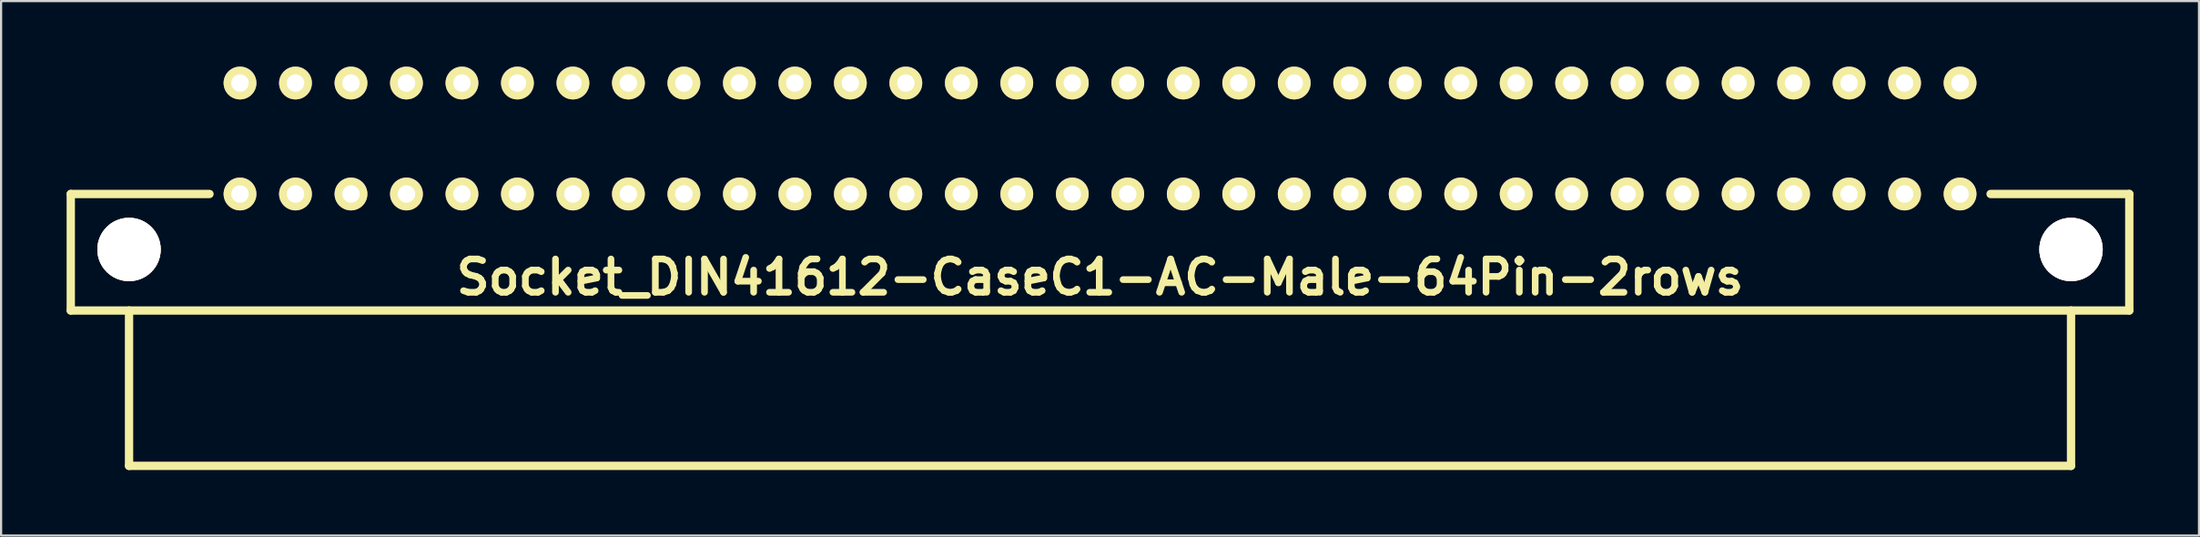
<source format=kicad_pcb>
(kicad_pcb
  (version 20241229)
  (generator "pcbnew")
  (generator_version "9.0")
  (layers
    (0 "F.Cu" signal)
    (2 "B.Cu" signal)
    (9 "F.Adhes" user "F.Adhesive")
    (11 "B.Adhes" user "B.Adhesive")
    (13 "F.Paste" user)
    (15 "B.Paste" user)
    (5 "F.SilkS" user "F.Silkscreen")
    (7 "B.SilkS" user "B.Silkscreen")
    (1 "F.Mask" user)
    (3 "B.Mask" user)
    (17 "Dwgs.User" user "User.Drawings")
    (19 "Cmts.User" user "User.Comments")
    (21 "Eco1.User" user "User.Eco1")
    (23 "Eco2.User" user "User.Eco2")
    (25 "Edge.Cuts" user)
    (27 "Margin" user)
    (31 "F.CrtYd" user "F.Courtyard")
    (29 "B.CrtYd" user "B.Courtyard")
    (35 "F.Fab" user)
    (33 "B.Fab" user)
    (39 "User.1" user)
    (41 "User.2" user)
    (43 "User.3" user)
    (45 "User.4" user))
  (footprint "Socket_DIN41612-CaseC1-AC-Male-64Pin-2rows"
    (layer "F.Cu")
    (at 47.307 3.291)
    (property "Reference" "Socket_DIN41612-CaseC1-AC-Male-64Pin-2rows" (at 0 6.35 0) (layer "F.SilkS") (effects (font (size 1.524 1.524) (thickness 0.305))))
    (attr through_hole)
    (fp_line (start -47.117 2.54) (end -40.767 2.54) (stroke (width 0.381) (type solid)) (layer "F.SilkS"))
    (fp_line (start -47.117 7.874) (end -47.117 2.54) (stroke (width 0.381) (type solid)) (layer "F.SilkS"))
    (fp_line (start -44.45 14.986) (end -44.45 7.874) (stroke (width 0.381) (type solid)) (layer "F.SilkS"))
    (fp_line (start 44.45 7.874) (end 44.45 14.986) (stroke (width 0.381) (type solid)) (layer "F.SilkS"))
    (fp_line (start 44.45 14.986) (end -44.45 14.986) (stroke (width 0.381) (type solid)) (layer "F.SilkS"))
    (fp_line (start 47.117 2.54) (end 40.767 2.54) (stroke (width 0.381) (type solid)) (layer "F.SilkS"))
    (fp_line (start 47.117 2.54) (end 47.117 7.874) (stroke (width 0.381) (type solid)) (layer "F.SilkS"))
    (fp_line (start 47.117 7.874) (end -47.117 7.874) (stroke (width 0.381) (type solid)) (layer "F.SilkS"))
    (pad "1" thru_hole circle (at -44.45 5.08) (size 2.901 2.901) (drill 2.901) (layers "*.Cu" "*.Mask" "F.SilkS"))
    (pad "1" thru_hole circle (at 44.45 5.08) (size 2.901 2.901) (drill 2.901) (layers "*.Cu" "*.Mask" "F.SilkS"))
    (pad "1a" thru_hole circle (at 39.37 -2.54 180) (size 1.501 1.501) (drill 0.8) (layers "*.Cu" "*.Mask" "F.SilkS"))
    (pad "1c" thru_hole circle (at 39.37 2.54 180) (size 1.501 1.501) (drill 0.8) (layers "*.Cu" "*.Mask" "F.SilkS"))
    (pad "2a" thru_hole circle (at 36.83 -2.54 180) (size 1.501 1.501) (drill 0.8) (layers "*.Cu" "*.Mask" "F.SilkS"))
    (pad "2c" thru_hole circle (at 36.83 2.54 180) (size 1.501 1.501) (drill 0.8) (layers "*.Cu" "*.Mask" "F.SilkS"))
    (pad "3a" thru_hole circle (at 34.29 -2.54 180) (size 1.501 1.501) (drill 0.8) (layers "*.Cu" "*.Mask" "F.SilkS"))
    (pad "3c" thru_hole circle (at 34.29 2.54 180) (size 1.501 1.501) (drill 0.8) (layers "*.Cu" "*.Mask" "F.SilkS"))
    (pad "4a" thru_hole circle (at 31.75 -2.54 180) (size 1.501 1.501) (drill 0.8) (layers "*.Cu" "*.Mask" "F.SilkS"))
    (pad "4c" thru_hole circle (at 31.75 2.54 180) (size 1.501 1.501) (drill 0.8) (layers "*.Cu" "*.Mask" "F.SilkS"))
    (pad "5a" thru_hole circle (at 29.21 -2.54 180) (size 1.501 1.501) (drill 0.8) (layers "*.Cu" "*.Mask" "F.SilkS"))
    (pad "5c" thru_hole circle (at 29.21 2.54 180) (size 1.501 1.501) (drill 0.8) (layers "*.Cu" "*.Mask" "F.SilkS"))
    (pad "6a" thru_hole circle (at 26.67 -2.54 180) (size 1.501 1.501) (drill 0.8) (layers "*.Cu" "*.Mask" "F.SilkS"))
    (pad "6c" thru_hole circle (at 26.67 2.54 180) (size 1.501 1.501) (drill 0.8) (layers "*.Cu" "*.Mask" "F.SilkS"))
    (pad "7a" thru_hole circle (at 24.13 -2.54 180) (size 1.501 1.501) (drill 0.8) (layers "*.Cu" "*.Mask" "F.SilkS"))
    (pad "7c" thru_hole circle (at 24.13 2.54 180) (size 1.501 1.501) (drill 0.8) (layers "*.Cu" "*.Mask" "F.SilkS"))
    (pad "8a" thru_hole circle (at 21.59 -2.54 180) (size 1.501 1.501) (drill 0.8) (layers "*.Cu" "*.Mask" "F.SilkS"))
    (pad "8c" thru_hole circle (at 21.59 2.54 180) (size 1.501 1.501) (drill 0.8) (layers "*.Cu" "*.Mask" "F.SilkS"))
    (pad "9a" thru_hole circle (at 19.05 -2.54 180) (size 1.501 1.501) (drill 0.8) (layers "*.Cu" "*.Mask" "F.SilkS"))
    (pad "9c" thru_hole circle (at 19.05 2.54 180) (size 1.501 1.501) (drill 0.8) (layers "*.Cu" "*.Mask" "F.SilkS"))
    (pad "10a" thru_hole circle (at 16.51 -2.54 180) (size 1.501 1.501) (drill 0.8) (layers "*.Cu" "*.Mask" "F.SilkS"))
    (pad "10c" thru_hole circle (at 16.51 2.54 180) (size 1.501 1.501) (drill 0.8) (layers "*.Cu" "*.Mask" "F.SilkS"))
    (pad "11a" thru_hole circle (at 13.97 -2.54 180) (size 1.501 1.501) (drill 0.8) (layers "*.Cu" "*.Mask" "F.SilkS"))
    (pad "11c" thru_hole circle (at 13.97 2.54 180) (size 1.501 1.501) (drill 0.8) (layers "*.Cu" "*.Mask" "F.SilkS"))
    (pad "12a" thru_hole circle (at 11.43 -2.54 180) (size 1.501 1.501) (drill 0.8) (layers "*.Cu" "*.Mask" "F.SilkS"))
    (pad "12c" thru_hole circle (at 11.43 2.54 180) (size 1.501 1.501) (drill 0.8) (layers "*.Cu" "*.Mask" "F.SilkS"))
    (pad "13a" thru_hole circle (at 8.89 -2.54 180) (size 1.501 1.501) (drill 0.8) (layers "*.Cu" "*.Mask" "F.SilkS"))
    (pad "13c" thru_hole circle (at 8.89 2.54 180) (size 1.501 1.501) (drill 0.8) (layers "*.Cu" "*.Mask" "F.SilkS"))
    (pad "14a" thru_hole circle (at 6.35 -2.54 180) (size 1.501 1.501) (drill 0.8) (layers "*.Cu" "*.Mask" "F.SilkS"))
    (pad "14c" thru_hole circle (at 6.35 2.54 180) (size 1.501 1.501) (drill 0.8) (layers "*.Cu" "*.Mask" "F.SilkS"))
    (pad "15a" thru_hole circle (at 3.81 -2.54 180) (size 1.501 1.501) (drill 0.8) (layers "*.Cu" "*.Mask" "F.SilkS"))
    (pad "15c" thru_hole circle (at 3.81 2.54 180) (size 1.501 1.501) (drill 0.8) (layers "*.Cu" "*.Mask" "F.SilkS"))
    (pad "16a" thru_hole circle (at 1.27 -2.54 180) (size 1.501 1.501) (drill 0.8) (layers "*.Cu" "*.Mask" "F.SilkS"))
    (pad "16c" thru_hole circle (at 1.27 2.54 180) (size 1.501 1.501) (drill 0.8) (layers "*.Cu" "*.Mask" "F.SilkS"))
    (pad "17a" thru_hole circle (at -1.27 -2.54 180) (size 1.501 1.501) (drill 0.8) (layers "*.Cu" "*.Mask" "F.SilkS"))
    (pad "17c" thru_hole circle (at -1.27 2.54 180) (size 1.501 1.501) (drill 0.8) (layers "*.Cu" "*.Mask" "F.SilkS"))
    (pad "18a" thru_hole circle (at -3.81 -2.54 180) (size 1.501 1.501) (drill 0.8) (layers "*.Cu" "*.Mask" "F.SilkS"))
    (pad "18c" thru_hole circle (at -3.81 2.54 180) (size 1.501 1.501) (drill 0.8) (layers "*.Cu" "*.Mask" "F.SilkS"))
    (pad "19a" thru_hole circle (at -6.35 -2.54 180) (size 1.501 1.501) (drill 0.8) (layers "*.Cu" "*.Mask" "F.SilkS"))
    (pad "19c" thru_hole circle (at -6.35 2.54 180) (size 1.501 1.501) (drill 0.8) (layers "*.Cu" "*.Mask" "F.SilkS"))
    (pad "20a" thru_hole circle (at -8.89 -2.54 180) (size 1.501 1.501) (drill 0.8) (layers "*.Cu" "*.Mask" "F.SilkS"))
    (pad "20c" thru_hole circle (at -8.89 2.54 180) (size 1.501 1.501) (drill 0.8) (layers "*.Cu" "*.Mask" "F.SilkS"))
    (pad "21a" thru_hole circle (at -11.43 -2.54 180) (size 1.501 1.501) (drill 0.8) (layers "*.Cu" "*.Mask" "F.SilkS"))
    (pad "21c" thru_hole circle (at -11.43 2.54 180) (size 1.501 1.501) (drill 0.8) (layers "*.Cu" "*.Mask" "F.SilkS"))
    (pad "22a" thru_hole circle (at -13.97 -2.54 180) (size 1.501 1.501) (drill 0.8) (layers "*.Cu" "*.Mask" "F.SilkS"))
    (pad "22c" thru_hole circle (at -13.97 2.54 180) (size 1.501 1.501) (drill 0.8) (layers "*.Cu" "*.Mask" "F.SilkS"))
    (pad "23a" thru_hole circle (at -16.51 -2.54 180) (size 1.501 1.501) (drill 0.8) (layers "*.Cu" "*.Mask" "F.SilkS"))
    (pad "23c" thru_hole circle (at -16.51 2.54 180) (size 1.501 1.501) (drill 0.8) (layers "*.Cu" "*.Mask" "F.SilkS"))
    (pad "24" thru_hole circle (at -19.05 -2.54 180) (size 1.501 1.501) (drill 0.8) (layers "*.Cu" "*.Mask" "F.SilkS"))
    (pad "24c" thru_hole circle (at -19.05 2.54 180) (size 1.501 1.501) (drill 0.8) (layers "*.Cu" "*.Mask" "F.SilkS"))
    (pad "25a" thru_hole circle (at -21.59 -2.54 180) (size 1.501 1.501) (drill 0.8) (layers "*.Cu" "*.Mask" "F.SilkS"))
    (pad "25c" thru_hole circle (at -21.59 2.54 180) (size 1.501 1.501) (drill 0.8) (layers "*.Cu" "*.Mask" "F.SilkS"))
    (pad "26a" thru_hole circle (at -24.13 -2.54 180) (size 1.501 1.501) (drill 0.8) (layers "*.Cu" "*.Mask" "F.SilkS"))
    (pad "26c" thru_hole circle (at -24.13 2.54 180) (size 1.501 1.501) (drill 0.8) (layers "*.Cu" "*.Mask" "F.SilkS"))
    (pad "27a" thru_hole circle (at -26.67 -2.54 180) (size 1.501 1.501) (drill 0.8) (layers "*.Cu" "*.Mask" "F.SilkS"))
    (pad "27c" thru_hole circle (at -26.67 2.54 180) (size 1.501 1.501) (drill 0.8) (layers "*.Cu" "*.Mask" "F.SilkS"))
    (pad "28a" thru_hole circle (at -29.21 -2.54 180) (size 1.501 1.501) (drill 0.8) (layers "*.Cu" "*.Mask" "F.SilkS"))
    (pad "28c" thru_hole circle (at -29.21 2.54 180) (size 1.501 1.501) (drill 0.8) (layers "*.Cu" "*.Mask" "F.SilkS"))
    (pad "29a" thru_hole circle (at -31.75 -2.54 180) (size 1.501 1.501) (drill 0.8) (layers "*.Cu" "*.Mask" "F.SilkS"))
    (pad "29c" thru_hole circle (at -31.75 2.54 180) (size 1.501 1.501) (drill 0.8) (layers "*.Cu" "*.Mask" "F.SilkS"))
    (pad "30a" thru_hole circle (at -34.29 -2.54 180) (size 1.501 1.501) (drill 0.8) (layers "*.Cu" "*.Mask" "F.SilkS"))
    (pad "30c" thru_hole circle (at -34.29 2.54 180) (size 1.501 1.501) (drill 0.8) (layers "*.Cu" "*.Mask" "F.SilkS"))
    (pad "31a" thru_hole circle (at -36.83 -2.54 180) (size 1.501 1.501) (drill 0.8) (layers "*.Cu" "*.Mask" "F.SilkS"))
    (pad "31c" thru_hole circle (at -36.83 2.54 180) (size 1.501 1.501) (drill 0.8) (layers "*.Cu" "*.Mask" "F.SilkS"))
    (pad "32a" thru_hole circle (at -39.37 -2.54 180) (size 1.501 1.501) (drill 0.8) (layers "*.Cu" "*.Mask" "F.SilkS"))
    (pad "32c" thru_hole circle (at -39.37 2.54 180) (size 1.501 1.501) (drill 0.8) (layers "*.Cu" "*.Mask" "F.SilkS")))
  (gr_rect
    (start -3 -3)
    (end 97.615 21.467)
    (stroke (width 0.1) (type default))
    (fill no)
    (layer "Edge.Cuts")))
</source>
